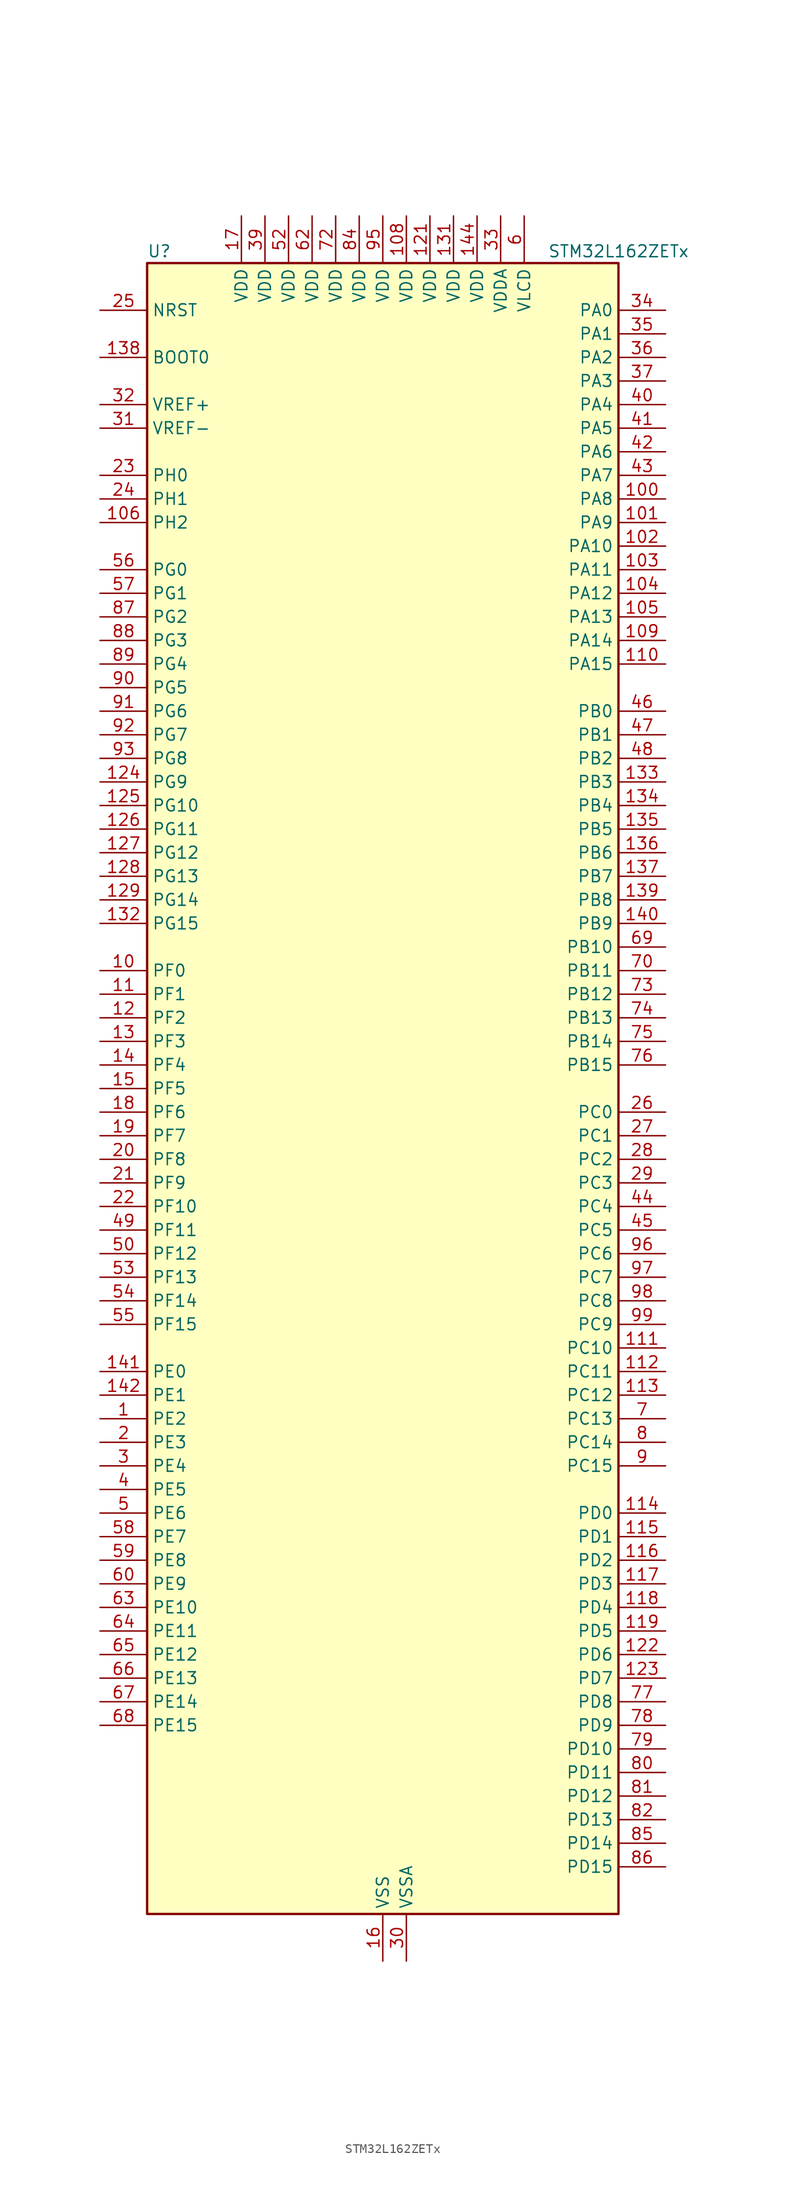
<source format=kicad_sym>
(kicad_symbol_lib
  (version 20241209)
  (generator "kicad_symbol_editor")
  (generator_version "9.0")
  (symbol "STM32L162ZETx"
    (property "Reference" "U"
      (at -25.4 90.17 0)
      (effects (font (size 1.27 1.27)) (justify left)))
    (property "Value" "STM32L162ZETx"
      (at 17.78 90.17 0)
      (effects (font (size 1.27 1.27)) (justify left)))
    (symbol "STM32L162ZETx_0_1"
      (rectangle (start -25.4 -88.9) (end 25.4 88.9) (stroke (width 0.254) (type default)) (fill (type background))))
    (symbol "STM32L162ZETx_1_1"
      (pin input line (at -30.48 83.82 0) (length 5.08) (name "NRST" (effects (font (size 1.27 1.27)))) (number "25" (effects (font (size 1.27 1.27)))))
      (pin input line (at -30.48 78.74 0) (length 5.08) (name "BOOT0" (effects (font (size 1.27 1.27)))) (number "138" (effects (font (size 1.27 1.27)))))
      (pin input line (at -30.48 73.66 0) (length 5.08) (name "VREF+" (effects (font (size 1.27 1.27)))) (number "32" (effects (font (size 1.27 1.27)))))
      (pin input line (at -30.48 71.12 0) (length 5.08) (name "VREF-" (effects (font (size 1.27 1.27)))) (number "31" (effects (font (size 1.27 1.27)))))
      (pin bidirectional line (at -30.48 66.04 0) (length 5.08) (name "PH0" (effects (font (size 1.27 1.27)))) (number "23" (effects (font (size 1.27 1.27)))) (alternate "RCC_OSC_IN" bidirectional line))
      (pin bidirectional line (at -30.48 63.5 0) (length 5.08) (name "PH1" (effects (font (size 1.27 1.27)))) (number "24" (effects (font (size 1.27 1.27)))) (alternate "RCC_OSC_OUT" bidirectional line))
      (pin bidirectional line (at -30.48 60.96 0) (length 5.08) (name "PH2" (effects (font (size 1.27 1.27)))) (number "106" (effects (font (size 1.27 1.27)))))
      (pin bidirectional line (at -30.48 55.88 0) (length 5.08) (name "PG0" (effects (font (size 1.27 1.27)))) (number "56" (effects (font (size 1.27 1.27)))) (alternate "ADC_IN8b" bidirectional line) (alternate "TS_G2_IO4" bidirectional line))
      (pin bidirectional line (at -30.48 53.34 0) (length 5.08) (name "PG1" (effects (font (size 1.27 1.27)))) (number "57" (effects (font (size 1.27 1.27)))) (alternate "ADC_IN9b" bidirectional line) (alternate "TS_G2_IO5" bidirectional line))
      (pin bidirectional line (at -30.48 50.8 0) (length 5.08) (name "PG2" (effects (font (size 1.27 1.27)))) (number "87" (effects (font (size 1.27 1.27)))) (alternate "ADC_IN10b" bidirectional line) (alternate "TS_G7_IO5" bidirectional line))
      (pin bidirectional line (at -30.48 48.26 0) (length 5.08) (name "PG3" (effects (font (size 1.27 1.27)))) (number "88" (effects (font (size 1.27 1.27)))) (alternate "ADC_IN11b" bidirectional line) (alternate "TS_G7_IO6" bidirectional line))
      (pin bidirectional line (at -30.48 45.72 0) (length 5.08) (name "PG4" (effects (font (size 1.27 1.27)))) (number "89" (effects (font (size 1.27 1.27)))) (alternate "ADC_IN12b" bidirectional line) (alternate "TS_G7_IO7" bidirectional line))
      (pin bidirectional line (at -30.48 43.18 0) (length 5.08) (name "PG5" (effects (font (size 1.27 1.27)))) (number "90" (effects (font (size 1.27 1.27)))))
      (pin bidirectional line (at -30.48 40.64 0) (length 5.08) (name "PG6" (effects (font (size 1.27 1.27)))) (number "91" (effects (font (size 1.27 1.27)))))
      (pin bidirectional line (at -30.48 38.1 0) (length 5.08) (name "PG7" (effects (font (size 1.27 1.27)))) (number "92" (effects (font (size 1.27 1.27)))))
      (pin bidirectional line (at -30.48 35.56 0) (length 5.08) (name "PG8" (effects (font (size 1.27 1.27)))) (number "93" (effects (font (size 1.27 1.27)))))
      (pin bidirectional line (at -30.48 33.02 0) (length 5.08) (name "PG9" (effects (font (size 1.27 1.27)))) (number "124" (effects (font (size 1.27 1.27)))) (alternate "DAC_EXTI9" bidirectional line))
      (pin bidirectional line (at -30.48 30.48 0) (length 5.08) (name "PG10" (effects (font (size 1.27 1.27)))) (number "125" (effects (font (size 1.27 1.27)))))
      (pin bidirectional line (at -30.48 27.94 0) (length 5.08) (name "PG11" (effects (font (size 1.27 1.27)))) (number "126" (effects (font (size 1.27 1.27)))) (alternate "ADC_EXTI11" bidirectional line))
      (pin bidirectional line (at -30.48 25.4 0) (length 5.08) (name "PG12" (effects (font (size 1.27 1.27)))) (number "127" (effects (font (size 1.27 1.27)))))
      (pin bidirectional line (at -30.48 22.86 0) (length 5.08) (name "PG13" (effects (font (size 1.27 1.27)))) (number "128" (effects (font (size 1.27 1.27)))))
      (pin bidirectional line (at -30.48 20.32 0) (length 5.08) (name "PG14" (effects (font (size 1.27 1.27)))) (number "129" (effects (font (size 1.27 1.27)))))
      (pin bidirectional line (at -30.48 17.78 0) (length 5.08) (name "PG15" (effects (font (size 1.27 1.27)))) (number "132" (effects (font (size 1.27 1.27)))) (alternate "ADC_EXTI15" bidirectional line))
      (pin bidirectional line (at -30.48 12.7 0) (length 5.08) (name "PF0" (effects (font (size 1.27 1.27)))) (number "10" (effects (font (size 1.27 1.27)))))
      (pin bidirectional line (at -30.48 10.16 0) (length 5.08) (name "PF1" (effects (font (size 1.27 1.27)))) (number "11" (effects (font (size 1.27 1.27)))))
      (pin bidirectional line (at -30.48 7.62 0) (length 5.08) (name "PF2" (effects (font (size 1.27 1.27)))) (number "12" (effects (font (size 1.27 1.27)))))
      (pin bidirectional line (at -30.48 5.08 0) (length 5.08) (name "PF3" (effects (font (size 1.27 1.27)))) (number "13" (effects (font (size 1.27 1.27)))))
      (pin bidirectional line (at -30.48 2.54 0) (length 5.08) (name "PF4" (effects (font (size 1.27 1.27)))) (number "14" (effects (font (size 1.27 1.27)))))
      (pin bidirectional line (at -30.48 0 0) (length 5.08) (name "PF5" (effects (font (size 1.27 1.27)))) (number "15" (effects (font (size 1.27 1.27)))))
      (pin bidirectional line (at -30.48 -2.54 0) (length 5.08) (name "PF6" (effects (font (size 1.27 1.27)))) (number "18" (effects (font (size 1.27 1.27)))) (alternate "ADC_IN27" bidirectional line) (alternate "TIM5_CH1" bidirectional line) (alternate "TIM5_ETR" bidirectional line) (alternate "TS_G11_IO1" bidirectional line))
      (pin bidirectional line (at -30.48 -5.08 0) (length 5.08) (name "PF7" (effects (font (size 1.27 1.27)))) (number "19" (effects (font (size 1.27 1.27)))) (alternate "ADC_IN28" bidirectional line) (alternate "COMP1_INP" bidirectional line) (alternate "TIM5_CH2" bidirectional line) (alternate "TS_G11_IO2" bidirectional line))
      (pin bidirectional line (at -30.48 -7.62 0) (length 5.08) (name "PF8" (effects (font (size 1.27 1.27)))) (number "20" (effects (font (size 1.27 1.27)))) (alternate "ADC_IN29" bidirectional line) (alternate "COMP1_INP" bidirectional line) (alternate "TIM5_CH3" bidirectional line) (alternate "TS_G11_IO3" bidirectional line))
      (pin bidirectional line (at -30.48 -10.16 0) (length 5.08) (name "PF9" (effects (font (size 1.27 1.27)))) (number "21" (effects (font (size 1.27 1.27)))) (alternate "ADC_IN30" bidirectional line) (alternate "COMP1_INP" bidirectional line) (alternate "DAC_EXTI9" bidirectional line) (alternate "TIM5_CH4" bidirectional line) (alternate "TS_G11_IO4" bidirectional line))
      (pin bidirectional line (at -30.48 -12.7 0) (length 5.08) (name "PF10" (effects (font (size 1.27 1.27)))) (number "22" (effects (font (size 1.27 1.27)))) (alternate "ADC_IN31" bidirectional line) (alternate "COMP1_INP" bidirectional line) (alternate "TS_G11_IO5" bidirectional line))
      (pin bidirectional line (at -30.48 -15.24 0) (length 5.08) (name "PF11" (effects (font (size 1.27 1.27)))) (number "49" (effects (font (size 1.27 1.27)))) (alternate "ADC_EXTI11" bidirectional line) (alternate "ADC_IN1b" bidirectional line) (alternate "TS_G3_IO4" bidirectional line))
      (pin bidirectional line (at -30.48 -17.78 0) (length 5.08) (name "PF12" (effects (font (size 1.27 1.27)))) (number "50" (effects (font (size 1.27 1.27)))) (alternate "ADC_IN2b" bidirectional line) (alternate "TS_G3_IO5" bidirectional line))
      (pin bidirectional line (at -30.48 -20.32 0) (length 5.08) (name "PF13" (effects (font (size 1.27 1.27)))) (number "53" (effects (font (size 1.27 1.27)))) (alternate "ADC_IN3b" bidirectional line) (alternate "TS_G9_IO3" bidirectional line))
      (pin bidirectional line (at -30.48 -22.86 0) (length 5.08) (name "PF14" (effects (font (size 1.27 1.27)))) (number "54" (effects (font (size 1.27 1.27)))) (alternate "ADC_IN6b" bidirectional line) (alternate "TS_G9_IO4" bidirectional line))
      (pin bidirectional line (at -30.48 -25.4 0) (length 5.08) (name "PF15" (effects (font (size 1.27 1.27)))) (number "55" (effects (font (size 1.27 1.27)))) (alternate "ADC_EXTI15" bidirectional line) (alternate "ADC_IN7b" bidirectional line) (alternate "TS_G2_IO3" bidirectional line))
      (pin bidirectional line (at -30.48 -30.48 0) (length 5.08) (name "PE0" (effects (font (size 1.27 1.27)))) (number "141" (effects (font (size 1.27 1.27)))) (alternate "LCD_SEG36" bidirectional line) (alternate "TIM10_CH1" bidirectional line) (alternate "TIM4_ETR" bidirectional line) (alternate "TIMX_IC1" bidirectional line))
      (pin bidirectional line (at -30.48 -33.02 0) (length 5.08) (name "PE1" (effects (font (size 1.27 1.27)))) (number "142" (effects (font (size 1.27 1.27)))) (alternate "LCD_SEG37" bidirectional line) (alternate "TIM11_CH1" bidirectional line) (alternate "TIMX_IC2" bidirectional line))
      (pin bidirectional line (at -30.48 -35.56 0) (length 5.08) (name "PE2" (effects (font (size 1.27 1.27)))) (number "1" (effects (font (size 1.27 1.27)))) (alternate "LCD_SEG38" bidirectional line) (alternate "SYS_TRACECK" bidirectional line) (alternate "TIM3_ETR" bidirectional line) (alternate "TIMX_IC3" bidirectional line))
      (pin bidirectional line (at -30.48 -38.1 0) (length 5.08) (name "PE3" (effects (font (size 1.27 1.27)))) (number "2" (effects (font (size 1.27 1.27)))) (alternate "LCD_SEG39" bidirectional line) (alternate "SYS_TRACED0" bidirectional line) (alternate "TIM3_CH1" bidirectional line) (alternate "TIMX_IC4" bidirectional line))
      (pin bidirectional line (at -30.48 -40.64 0) (length 5.08) (name "PE4" (effects (font (size 1.27 1.27)))) (number "3" (effects (font (size 1.27 1.27)))) (alternate "SYS_TRACED1" bidirectional line) (alternate "TIM3_CH2" bidirectional line) (alternate "TIMX_IC1" bidirectional line))
      (pin bidirectional line (at -30.48 -43.18 0) (length 5.08) (name "PE5" (effects (font (size 1.27 1.27)))) (number "4" (effects (font (size 1.27 1.27)))) (alternate "SYS_TRACED2" bidirectional line) (alternate "TIM9_CH1" bidirectional line) (alternate "TIMX_IC2" bidirectional line))
      (pin bidirectional line (at -30.48 -45.72 0) (length 5.08) (name "PE6" (effects (font (size 1.27 1.27)))) (number "5" (effects (font (size 1.27 1.27)))) (alternate "RTC_TAMP3" bidirectional line) (alternate "SYS_TRACED3" bidirectional line) (alternate "SYS_WKUP3" bidirectional line) (alternate "TIM9_CH2" bidirectional line) (alternate "TIMX_IC3" bidirectional line))
      (pin bidirectional line (at -30.48 -48.26 0) (length 5.08) (name "PE7" (effects (font (size 1.27 1.27)))) (number "58" (effects (font (size 1.27 1.27)))) (alternate "ADC_IN22" bidirectional line) (alternate "COMP1_INP" bidirectional line) (alternate "TIMX_IC4" bidirectional line))
      (pin bidirectional line (at -30.48 -50.8 0) (length 5.08) (name "PE8" (effects (font (size 1.27 1.27)))) (number "59" (effects (font (size 1.27 1.27)))) (alternate "ADC_IN23" bidirectional line) (alternate "COMP1_INP" bidirectional line) (alternate "TIMX_IC1" bidirectional line))
      (pin bidirectional line (at -30.48 -53.34 0) (length 5.08) (name "PE9" (effects (font (size 1.27 1.27)))) (number "60" (effects (font (size 1.27 1.27)))) (alternate "ADC_IN24" bidirectional line) (alternate "COMP1_INP" bidirectional line) (alternate "DAC_EXTI9" bidirectional line) (alternate "TIM2_CH1" bidirectional line) (alternate "TIM2_ETR" bidirectional line) (alternate "TIMX_IC2" bidirectional line))
      (pin bidirectional line (at -30.48 -55.88 0) (length 5.08) (name "PE10" (effects (font (size 1.27 1.27)))) (number "63" (effects (font (size 1.27 1.27)))) (alternate "ADC_IN25" bidirectional line) (alternate "COMP1_INP" bidirectional line) (alternate "TIM2_CH2" bidirectional line) (alternate "TIMX_IC3" bidirectional line))
      (pin bidirectional line (at -30.48 -58.42 0) (length 5.08) (name "PE11" (effects (font (size 1.27 1.27)))) (number "64" (effects (font (size 1.27 1.27)))) (alternate "ADC_EXTI11" bidirectional line) (alternate "TIM2_CH3" bidirectional line) (alternate "TIMX_IC4" bidirectional line))
      (pin bidirectional line (at -30.48 -60.96 0) (length 5.08) (name "PE12" (effects (font (size 1.27 1.27)))) (number "65" (effects (font (size 1.27 1.27)))) (alternate "SPI1_NSS" bidirectional line) (alternate "TIM2_CH4" bidirectional line) (alternate "TIMX_IC1" bidirectional line))
      (pin bidirectional line (at -30.48 -63.5 0) (length 5.08) (name "PE13" (effects (font (size 1.27 1.27)))) (number "66" (effects (font (size 1.27 1.27)))) (alternate "SPI1_SCK" bidirectional line) (alternate "TIMX_IC2" bidirectional line))
      (pin bidirectional line (at -30.48 -66.04 0) (length 5.08) (name "PE14" (effects (font (size 1.27 1.27)))) (number "67" (effects (font (size 1.27 1.27)))) (alternate "SPI1_MISO" bidirectional line) (alternate "TIMX_IC3" bidirectional line))
      (pin bidirectional line (at -30.48 -68.58 0) (length 5.08) (name "PE15" (effects (font (size 1.27 1.27)))) (number "68" (effects (font (size 1.27 1.27)))) (alternate "ADC_EXTI15" bidirectional line) (alternate "SPI1_MOSI" bidirectional line) (alternate "TIMX_IC4" bidirectional line))
      (pin power_in line (at -15.24 93.98 270) (length 5.08) (name "VDD" (effects (font (size 1.27 1.27)))) (number "17" (effects (font (size 1.27 1.27)))))
      (pin power_in line (at -12.7 93.98 270) (length 5.08) (name "VDD" (effects (font (size 1.27 1.27)))) (number "39" (effects (font (size 1.27 1.27)))))
      (pin power_in line (at -10.16 93.98 270) (length 5.08) (name "VDD" (effects (font (size 1.27 1.27)))) (number "52" (effects (font (size 1.27 1.27)))))
      (pin power_in line (at -7.62 93.98 270) (length 5.08) (name "VDD" (effects (font (size 1.27 1.27)))) (number "62" (effects (font (size 1.27 1.27)))))
      (pin power_in line (at -5.08 93.98 270) (length 5.08) (name "VDD" (effects (font (size 1.27 1.27)))) (number "72" (effects (font (size 1.27 1.27)))))
      (pin power_in line (at -2.54 93.98 270) (length 5.08) (name "VDD" (effects (font (size 1.27 1.27)))) (number "84" (effects (font (size 1.27 1.27)))))
      (pin power_in line (at 0 93.98 270) (length 5.08) (name "VDD" (effects (font (size 1.27 1.27)))) (number "95" (effects (font (size 1.27 1.27)))))
      (pin passive line (at 0 -93.98 90) (length 5.08) (hide yes) (name "VSS" (effects (font (size 1.27 1.27)))) (number "107" (effects (font (size 1.27 1.27)))))
      (pin passive line (at 0 -93.98 90) (length 5.08) (hide yes) (name "VSS" (effects (font (size 1.27 1.27)))) (number "120" (effects (font (size 1.27 1.27)))))
      (pin passive line (at 0 -93.98 90) (length 5.08) (hide yes) (name "VSS" (effects (font (size 1.27 1.27)))) (number "130" (effects (font (size 1.27 1.27)))))
      (pin passive line (at 0 -93.98 90) (length 5.08) (hide yes) (name "VSS" (effects (font (size 1.27 1.27)))) (number "143" (effects (font (size 1.27 1.27)))))
      (pin power_in line (at 0 -93.98 90) (length 5.08) (name "VSS" (effects (font (size 1.27 1.27)))) (number "16" (effects (font (size 1.27 1.27)))))
      (pin passive line (at 0 -93.98 90) (length 5.08) (hide yes) (name "VSS" (effects (font (size 1.27 1.27)))) (number "38" (effects (font (size 1.27 1.27)))))
      (pin passive line (at 0 -93.98 90) (length 5.08) (hide yes) (name "VSS" (effects (font (size 1.27 1.27)))) (number "51" (effects (font (size 1.27 1.27)))))
      (pin passive line (at 0 -93.98 90) (length 5.08) (hide yes) (name "VSS" (effects (font (size 1.27 1.27)))) (number "61" (effects (font (size 1.27 1.27)))))
      (pin passive line (at 0 -93.98 90) (length 5.08) (hide yes) (name "VSS" (effects (font (size 1.27 1.27)))) (number "71" (effects (font (size 1.27 1.27)))))
      (pin passive line (at 0 -93.98 90) (length 5.08) (hide yes) (name "VSS" (effects (font (size 1.27 1.27)))) (number "83" (effects (font (size 1.27 1.27)))))
      (pin passive line (at 0 -93.98 90) (length 5.08) (hide yes) (name "VSS" (effects (font (size 1.27 1.27)))) (number "94" (effects (font (size 1.27 1.27)))))
      (pin power_in line (at 2.54 93.98 270) (length 5.08) (name "VDD" (effects (font (size 1.27 1.27)))) (number "108" (effects (font (size 1.27 1.27)))))
      (pin power_in line (at 2.54 -93.98 90) (length 5.08) (name "VSSA" (effects (font (size 1.27 1.27)))) (number "30" (effects (font (size 1.27 1.27)))))
      (pin power_in line (at 5.08 93.98 270) (length 5.08) (name "VDD" (effects (font (size 1.27 1.27)))) (number "121" (effects (font (size 1.27 1.27)))))
      (pin power_in line (at 7.62 93.98 270) (length 5.08) (name "VDD" (effects (font (size 1.27 1.27)))) (number "131" (effects (font (size 1.27 1.27)))))
      (pin power_in line (at 10.16 93.98 270) (length 5.08) (name "VDD" (effects (font (size 1.27 1.27)))) (number "144" (effects (font (size 1.27 1.27)))))
      (pin power_in line (at 12.7 93.98 270) (length 5.08) (name "VDDA" (effects (font (size 1.27 1.27)))) (number "33" (effects (font (size 1.27 1.27)))))
      (pin power_in line (at 15.24 93.98 270) (length 5.08) (name "VLCD" (effects (font (size 1.27 1.27)))) (number "6" (effects (font (size 1.27 1.27)))))
      (pin bidirectional line (at 30.48 83.82 180) (length 5.08) (name "PA0" (effects (font (size 1.27 1.27)))) (number "34" (effects (font (size 1.27 1.27)))) (alternate "ADC_IN0" bidirectional line) (alternate "COMP1_INP" bidirectional line) (alternate "RTC_TAMP2" bidirectional line) (alternate "SYS_WKUP1" bidirectional line) (alternate "TIM2_CH1" bidirectional line) (alternate "TIM2_ETR" bidirectional line) (alternate "TIM5_CH1" bidirectional line) (alternate "TIMX_IC1" bidirectional line) (alternate "TS_G1_IO1" bidirectional line) (alternate "USART2_CTS" bidirectional line))
      (pin bidirectional line (at 30.48 81.28 180) (length 5.08) (name "PA1" (effects (font (size 1.27 1.27)))) (number "35" (effects (font (size 1.27 1.27)))) (alternate "ADC_IN1" bidirectional line) (alternate "COMP1_INP" bidirectional line) (alternate "LCD_SEG0" bidirectional line) (alternate "OPAMP1_VINP" bidirectional line) (alternate "TIM2_CH2" bidirectional line) (alternate "TIM5_CH2" bidirectional line) (alternate "TIMX_IC2" bidirectional line) (alternate "TS_G1_IO2" bidirectional line) (alternate "USART2_RTS" bidirectional line))
      (pin bidirectional line (at 30.48 78.74 180) (length 5.08) (name "PA2" (effects (font (size 1.27 1.27)))) (number "36" (effects (font (size 1.27 1.27)))) (alternate "ADC_IN2" bidirectional line) (alternate "COMP1_INP" bidirectional line) (alternate "LCD_SEG1" bidirectional line) (alternate "OPAMP1_VINM" bidirectional line) (alternate "TIM2_CH3" bidirectional line) (alternate "TIM5_CH3" bidirectional line) (alternate "TIM9_CH1" bidirectional line) (alternate "TIMX_IC3" bidirectional line) (alternate "TS_G1_IO3" bidirectional line) (alternate "USART2_TX" bidirectional line))
      (pin bidirectional line (at 30.48 76.2 180) (length 5.08) (name "PA3" (effects (font (size 1.27 1.27)))) (number "37" (effects (font (size 1.27 1.27)))) (alternate "ADC_IN3" bidirectional line) (alternate "COMP1_INP" bidirectional line) (alternate "LCD_SEG2" bidirectional line) (alternate "OPAMP1_VOUT" bidirectional line) (alternate "TIM2_CH4" bidirectional line) (alternate "TIM5_CH4" bidirectional line) (alternate "TIM9_CH2" bidirectional line) (alternate "TIMX_IC4" bidirectional line) (alternate "TS_G1_IO4" bidirectional line) (alternate "USART2_RX" bidirectional line))
      (pin bidirectional line (at 30.48 73.66 180) (length 5.08) (name "PA4" (effects (font (size 1.27 1.27)))) (number "40" (effects (font (size 1.27 1.27)))) (alternate "ADC_IN4" bidirectional line) (alternate "COMP1_INP" bidirectional line) (alternate "DAC_OUT1" bidirectional line) (alternate "I2S3_WS" bidirectional line) (alternate "SPI1_NSS" bidirectional line) (alternate "SPI3_NSS" bidirectional line) (alternate "TIMX_IC1" bidirectional line) (alternate "USART2_CK" bidirectional line))
      (pin bidirectional line (at 30.48 71.12 180) (length 5.08) (name "PA5" (effects (font (size 1.27 1.27)))) (number "41" (effects (font (size 1.27 1.27)))) (alternate "ADC_IN5" bidirectional line) (alternate "COMP1_INP" bidirectional line) (alternate "DAC_OUT2" bidirectional line) (alternate "SPI1_SCK" bidirectional line) (alternate "TIM2_CH1" bidirectional line) (alternate "TIM2_ETR" bidirectional line) (alternate "TIMX_IC2" bidirectional line))
      (pin bidirectional line (at 30.48 68.58 180) (length 5.08) (name "PA6" (effects (font (size 1.27 1.27)))) (number "42" (effects (font (size 1.27 1.27)))) (alternate "ADC_IN6" bidirectional line) (alternate "COMP1_INP" bidirectional line) (alternate "LCD_SEG3" bidirectional line) (alternate "OPAMP2_VINP" bidirectional line) (alternate "SPI1_MISO" bidirectional line) (alternate "TIM10_CH1" bidirectional line) (alternate "TIM3_CH1" bidirectional line) (alternate "TIMX_IC3" bidirectional line) (alternate "TS_G2_IO1" bidirectional line))
      (pin bidirectional line (at 30.48 66.04 180) (length 5.08) (name "PA7" (effects (font (size 1.27 1.27)))) (number "43" (effects (font (size 1.27 1.27)))) (alternate "ADC_IN7" bidirectional line) (alternate "COMP1_INP" bidirectional line) (alternate "LCD_SEG4" bidirectional line) (alternate "OPAMP2_VINM" bidirectional line) (alternate "SPI1_MOSI" bidirectional line) (alternate "TIM11_CH1" bidirectional line) (alternate "TIM3_CH2" bidirectional line) (alternate "TIMX_IC4" bidirectional line) (alternate "TS_G2_IO2" bidirectional line))
      (pin bidirectional line (at 30.48 63.5 180) (length 5.08) (name "PA8" (effects (font (size 1.27 1.27)))) (number "100" (effects (font (size 1.27 1.27)))) (alternate "LCD_COM0" bidirectional line) (alternate "RCC_MCO" bidirectional line) (alternate "TIMX_IC1" bidirectional line) (alternate "TS_G4_IO1" bidirectional line) (alternate "USART1_CK" bidirectional line))
      (pin bidirectional line (at 30.48 60.96 180) (length 5.08) (name "PA9" (effects (font (size 1.27 1.27)))) (number "101" (effects (font (size 1.27 1.27)))) (alternate "DAC_EXTI9" bidirectional line) (alternate "LCD_COM1" bidirectional line) (alternate "TIMX_IC2" bidirectional line) (alternate "TS_G4_IO2" bidirectional line) (alternate "USART1_TX" bidirectional line))
      (pin bidirectional line (at 30.48 58.42 180) (length 5.08) (name "PA10" (effects (font (size 1.27 1.27)))) (number "102" (effects (font (size 1.27 1.27)))) (alternate "LCD_COM2" bidirectional line) (alternate "TIMX_IC3" bidirectional line) (alternate "TS_G4_IO3" bidirectional line) (alternate "USART1_RX" bidirectional line))
      (pin bidirectional line (at 30.48 55.88 180) (length 5.08) (name "PA11" (effects (font (size 1.27 1.27)))) (number "103" (effects (font (size 1.27 1.27)))) (alternate "ADC_EXTI11" bidirectional line) (alternate "SPI1_MISO" bidirectional line) (alternate "TIMX_IC4" bidirectional line) (alternate "USART1_CTS" bidirectional line) (alternate "USB_DM" bidirectional line))
      (pin bidirectional line (at 30.48 53.34 180) (length 5.08) (name "PA12" (effects (font (size 1.27 1.27)))) (number "104" (effects (font (size 1.27 1.27)))) (alternate "SPI1_MOSI" bidirectional line) (alternate "TIMX_IC1" bidirectional line) (alternate "USART1_RTS" bidirectional line) (alternate "USB_DP" bidirectional line))
      (pin bidirectional line (at 30.48 50.8 180) (length 5.08) (name "PA13" (effects (font (size 1.27 1.27)))) (number "105" (effects (font (size 1.27 1.27)))) (alternate "SYS_JTMS-SWDIO" bidirectional line) (alternate "TIMX_IC2" bidirectional line) (alternate "TS_G5_IO1" bidirectional line))
      (pin bidirectional line (at 30.48 48.26 180) (length 5.08) (name "PA14" (effects (font (size 1.27 1.27)))) (number "109" (effects (font (size 1.27 1.27)))) (alternate "SYS_JTCK-SWCLK" bidirectional line) (alternate "TIMX_IC3" bidirectional line) (alternate "TS_G5_IO2" bidirectional line))
      (pin bidirectional line (at 30.48 45.72 180) (length 5.08) (name "PA15" (effects (font (size 1.27 1.27)))) (number "110" (effects (font (size 1.27 1.27)))) (alternate "ADC_EXTI15" bidirectional line) (alternate "I2S3_WS" bidirectional line) (alternate "LCD_SEG17" bidirectional line) (alternate "SPI1_NSS" bidirectional line) (alternate "SPI3_NSS" bidirectional line) (alternate "SYS_JTDI" bidirectional line) (alternate "TIM2_CH1" bidirectional line) (alternate "TIM2_ETR" bidirectional line) (alternate "TIMX_IC4" bidirectional line) (alternate "TS_G5_IO3" bidirectional line))
      (pin bidirectional line (at 30.48 40.64 180) (length 5.08) (name "PB0" (effects (font (size 1.27 1.27)))) (number "46" (effects (font (size 1.27 1.27)))) (alternate "ADC_IN8" bidirectional line) (alternate "COMP1_INP" bidirectional line) (alternate "LCD_SEG5" bidirectional line) (alternate "OPAMP2_VOUT" bidirectional line) (alternate "SYS_V_REF_OUT" bidirectional line) (alternate "TIM3_CH3" bidirectional line) (alternate "TS_G3_IO1" bidirectional line))
      (pin bidirectional line (at 30.48 38.1 180) (length 5.08) (name "PB1" (effects (font (size 1.27 1.27)))) (number "47" (effects (font (size 1.27 1.27)))) (alternate "ADC_IN9" bidirectional line) (alternate "COMP1_INP" bidirectional line) (alternate "LCD_SEG6" bidirectional line) (alternate "SYS_V_REF_OUT" bidirectional line) (alternate "TIM3_CH4" bidirectional line) (alternate "TS_G3_IO2" bidirectional line))
      (pin bidirectional line (at 30.48 35.56 180) (length 5.08) (name "PB2" (effects (font (size 1.27 1.27)))) (number "48" (effects (font (size 1.27 1.27)))) (alternate "ADC_IN0b" bidirectional line) (alternate "TS_G3_IO3" bidirectional line))
      (pin bidirectional line (at 30.48 33.02 180) (length 5.08) (name "PB3" (effects (font (size 1.27 1.27)))) (number "133" (effects (font (size 1.27 1.27)))) (alternate "COMP2_INM" bidirectional line) (alternate "I2S3_CK" bidirectional line) (alternate "LCD_SEG7" bidirectional line) (alternate "SPI1_SCK" bidirectional line) (alternate "SPI3_SCK" bidirectional line) (alternate "SYS_JTDO-TRACESWO" bidirectional line) (alternate "TIM2_CH2" bidirectional line))
      (pin bidirectional line (at 30.48 30.48 180) (length 5.08) (name "PB4" (effects (font (size 1.27 1.27)))) (number "134" (effects (font (size 1.27 1.27)))) (alternate "COMP2_INP" bidirectional line) (alternate "LCD_SEG8" bidirectional line) (alternate "SPI1_MISO" bidirectional line) (alternate "SPI3_MISO" bidirectional line) (alternate "SYS_JTRST" bidirectional line) (alternate "TIM3_CH1" bidirectional line) (alternate "TS_G6_IO1" bidirectional line))
      (pin bidirectional line (at 30.48 27.94 180) (length 5.08) (name "PB5" (effects (font (size 1.27 1.27)))) (number "135" (effects (font (size 1.27 1.27)))) (alternate "COMP2_INP" bidirectional line) (alternate "I2C1_SMBA" bidirectional line) (alternate "I2S3_SD" bidirectional line) (alternate "LCD_SEG9" bidirectional line) (alternate "SPI1_MOSI" bidirectional line) (alternate "SPI3_MOSI" bidirectional line) (alternate "TIM3_CH2" bidirectional line) (alternate "TS_G6_IO2" bidirectional line))
      (pin bidirectional line (at 30.48 25.4 180) (length 5.08) (name "PB6" (effects (font (size 1.27 1.27)))) (number "136" (effects (font (size 1.27 1.27)))) (alternate "COMP2_INP" bidirectional line) (alternate "I2C1_SCL" bidirectional line) (alternate "TIM4_CH1" bidirectional line) (alternate "TS_G6_IO3" bidirectional line) (alternate "USART1_TX" bidirectional line))
      (pin bidirectional line (at 30.48 22.86 180) (length 5.08) (name "PB7" (effects (font (size 1.27 1.27)))) (number "137" (effects (font (size 1.27 1.27)))) (alternate "COMP2_INP" bidirectional line) (alternate "I2C1_SDA" bidirectional line) (alternate "SYS_PVD_IN" bidirectional line) (alternate "TIM4_CH2" bidirectional line) (alternate "TS_G6_IO4" bidirectional line) (alternate "USART1_RX" bidirectional line))
      (pin bidirectional line (at 30.48 20.32 180) (length 5.08) (name "PB8" (effects (font (size 1.27 1.27)))) (number "139" (effects (font (size 1.27 1.27)))) (alternate "I2C1_SCL" bidirectional line) (alternate "LCD_SEG16" bidirectional line) (alternate "TIM10_CH1" bidirectional line) (alternate "TIM4_CH3" bidirectional line))
      (pin bidirectional line (at 30.48 17.78 180) (length 5.08) (name "PB9" (effects (font (size 1.27 1.27)))) (number "140" (effects (font (size 1.27 1.27)))) (alternate "DAC_EXTI9" bidirectional line) (alternate "I2C1_SDA" bidirectional line) (alternate "LCD_COM3" bidirectional line) (alternate "TIM11_CH1" bidirectional line) (alternate "TIM4_CH4" bidirectional line))
      (pin bidirectional line (at 30.48 15.24 180) (length 5.08) (name "PB10" (effects (font (size 1.27 1.27)))) (number "69" (effects (font (size 1.27 1.27)))) (alternate "I2C2_SCL" bidirectional line) (alternate "LCD_SEG10" bidirectional line) (alternate "TIM2_CH3" bidirectional line) (alternate "USART3_TX" bidirectional line))
      (pin bidirectional line (at 30.48 12.7 180) (length 5.08) (name "PB11" (effects (font (size 1.27 1.27)))) (number "70" (effects (font (size 1.27 1.27)))) (alternate "ADC_EXTI11" bidirectional line) (alternate "I2C2_SDA" bidirectional line) (alternate "LCD_SEG11" bidirectional line) (alternate "TIM2_CH4" bidirectional line) (alternate "USART3_RX" bidirectional line))
      (pin bidirectional line (at 30.48 10.16 180) (length 5.08) (name "PB12" (effects (font (size 1.27 1.27)))) (number "73" (effects (font (size 1.27 1.27)))) (alternate "ADC_IN18" bidirectional line) (alternate "COMP1_INP" bidirectional line) (alternate "I2C2_SMBA" bidirectional line) (alternate "I2S2_WS" bidirectional line) (alternate "LCD_SEG12" bidirectional line) (alternate "SPI2_NSS" bidirectional line) (alternate "TIM10_CH1" bidirectional line) (alternate "TS_G7_IO1" bidirectional line) (alternate "USART3_CK" bidirectional line))
      (pin bidirectional line (at 30.48 7.62 180) (length 5.08) (name "PB13" (effects (font (size 1.27 1.27)))) (number "74" (effects (font (size 1.27 1.27)))) (alternate "ADC_IN19" bidirectional line) (alternate "COMP1_INP" bidirectional line) (alternate "I2S2_CK" bidirectional line) (alternate "LCD_SEG13" bidirectional line) (alternate "SPI2_SCK" bidirectional line) (alternate "TIM9_CH1" bidirectional line) (alternate "TS_G7_IO2" bidirectional line) (alternate "USART3_CTS" bidirectional line))
      (pin bidirectional line (at 30.48 5.08 180) (length 5.08) (name "PB14" (effects (font (size 1.27 1.27)))) (number "75" (effects (font (size 1.27 1.27)))) (alternate "ADC_IN20" bidirectional line) (alternate "COMP1_INP" bidirectional line) (alternate "LCD_SEG14" bidirectional line) (alternate "SPI2_MISO" bidirectional line) (alternate "TIM9_CH2" bidirectional line) (alternate "TS_G7_IO3" bidirectional line) (alternate "USART3_RTS" bidirectional line))
      (pin bidirectional line (at 30.48 2.54 180) (length 5.08) (name "PB15" (effects (font (size 1.27 1.27)))) (number "76" (effects (font (size 1.27 1.27)))) (alternate "ADC_EXTI15" bidirectional line) (alternate "ADC_IN21" bidirectional line) (alternate "COMP1_INP" bidirectional line) (alternate "I2S2_SD" bidirectional line) (alternate "LCD_SEG15" bidirectional line) (alternate "RTC_REFIN" bidirectional line) (alternate "SPI2_MOSI" bidirectional line) (alternate "TIM11_CH1" bidirectional line) (alternate "TS_G7_IO4" bidirectional line))
      (pin bidirectional line (at 30.48 -2.54 180) (length 5.08) (name "PC0" (effects (font (size 1.27 1.27)))) (number "26" (effects (font (size 1.27 1.27)))) (alternate "ADC_IN10" bidirectional line) (alternate "COMP1_INP" bidirectional line) (alternate "LCD_SEG18" bidirectional line) (alternate "TIMX_IC1" bidirectional line) (alternate "TS_G8_IO1" bidirectional line))
      (pin bidirectional line (at 30.48 -5.08 180) (length 5.08) (name "PC1" (effects (font (size 1.27 1.27)))) (number "27" (effects (font (size 1.27 1.27)))) (alternate "ADC_IN11" bidirectional line) (alternate "COMP1_INP" bidirectional line) (alternate "LCD_SEG19" bidirectional line) (alternate "TIMX_IC2" bidirectional line) (alternate "TS_G8_IO2" bidirectional line))
      (pin bidirectional line (at 30.48 -7.62 180) (length 5.08) (name "PC2" (effects (font (size 1.27 1.27)))) (number "28" (effects (font (size 1.27 1.27)))) (alternate "ADC_IN12" bidirectional line) (alternate "COMP1_INP" bidirectional line) (alternate "LCD_SEG20" bidirectional line) (alternate "TIMX_IC3" bidirectional line) (alternate "TS_G8_IO3" bidirectional line))
      (pin bidirectional line (at 30.48 -10.16 180) (length 5.08) (name "PC3" (effects (font (size 1.27 1.27)))) (number "29" (effects (font (size 1.27 1.27)))) (alternate "ADC_IN13" bidirectional line) (alternate "COMP1_INP" bidirectional line) (alternate "LCD_SEG21" bidirectional line) (alternate "TIMX_IC4" bidirectional line) (alternate "TS_G8_IO4" bidirectional line))
      (pin bidirectional line (at 30.48 -12.7 180) (length 5.08) (name "PC4" (effects (font (size 1.27 1.27)))) (number "44" (effects (font (size 1.27 1.27)))) (alternate "ADC_IN14" bidirectional line) (alternate "COMP1_INP" bidirectional line) (alternate "LCD_SEG22" bidirectional line) (alternate "TIMX_IC1" bidirectional line) (alternate "TS_G9_IO1" bidirectional line))
      (pin bidirectional line (at 30.48 -15.24 180) (length 5.08) (name "PC5" (effects (font (size 1.27 1.27)))) (number "45" (effects (font (size 1.27 1.27)))) (alternate "ADC_IN15" bidirectional line) (alternate "COMP1_INP" bidirectional line) (alternate "LCD_SEG23" bidirectional line) (alternate "TIMX_IC2" bidirectional line) (alternate "TS_G9_IO2" bidirectional line))
      (pin bidirectional line (at 30.48 -17.78 180) (length 5.08) (name "PC6" (effects (font (size 1.27 1.27)))) (number "96" (effects (font (size 1.27 1.27)))) (alternate "I2S2_MCK" bidirectional line) (alternate "LCD_SEG24" bidirectional line) (alternate "TIM3_CH1" bidirectional line) (alternate "TIMX_IC3" bidirectional line) (alternate "TS_G10_IO1" bidirectional line))
      (pin bidirectional line (at 30.48 -20.32 180) (length 5.08) (name "PC7" (effects (font (size 1.27 1.27)))) (number "97" (effects (font (size 1.27 1.27)))) (alternate "I2S3_MCK" bidirectional line) (alternate "LCD_SEG25" bidirectional line) (alternate "TIM3_CH2" bidirectional line) (alternate "TIMX_IC4" bidirectional line) (alternate "TS_G10_IO2" bidirectional line))
      (pin bidirectional line (at 30.48 -22.86 180) (length 5.08) (name "PC8" (effects (font (size 1.27 1.27)))) (number "98" (effects (font (size 1.27 1.27)))) (alternate "LCD_SEG26" bidirectional line) (alternate "TIM3_CH3" bidirectional line) (alternate "TIMX_IC1" bidirectional line) (alternate "TS_G10_IO3" bidirectional line))
      (pin bidirectional line (at 30.48 -25.4 180) (length 5.08) (name "PC9" (effects (font (size 1.27 1.27)))) (number "99" (effects (font (size 1.27 1.27)))) (alternate "DAC_EXTI9" bidirectional line) (alternate "LCD_SEG27" bidirectional line) (alternate "TIM3_CH4" bidirectional line) (alternate "TIMX_IC2" bidirectional line) (alternate "TS_G10_IO4" bidirectional line))
      (pin bidirectional line (at 30.48 -27.94 180) (length 5.08) (name "PC10" (effects (font (size 1.27 1.27)))) (number "111" (effects (font (size 1.27 1.27)))) (alternate "I2S3_CK" bidirectional line) (alternate "LCD_COM4" bidirectional line) (alternate "LCD_SEG28" bidirectional line) (alternate "LCD_SEG40" bidirectional line) (alternate "SPI3_SCK" bidirectional line) (alternate "TIMX_IC3" bidirectional line) (alternate "UART4_TX" bidirectional line) (alternate "USART3_TX" bidirectional line))
      (pin bidirectional line (at 30.48 -30.48 180) (length 5.08) (name "PC11" (effects (font (size 1.27 1.27)))) (number "112" (effects (font (size 1.27 1.27)))) (alternate "ADC_EXTI11" bidirectional line) (alternate "LCD_COM5" bidirectional line) (alternate "LCD_SEG29" bidirectional line) (alternate "LCD_SEG41" bidirectional line) (alternate "SPI3_MISO" bidirectional line) (alternate "TIMX_IC4" bidirectional line) (alternate "UART4_RX" bidirectional line) (alternate "USART3_RX" bidirectional line))
      (pin bidirectional line (at 30.48 -33.02 180) (length 5.08) (name "PC12" (effects (font (size 1.27 1.27)))) (number "113" (effects (font (size 1.27 1.27)))) (alternate "I2S3_SD" bidirectional line) (alternate "LCD_COM6" bidirectional line) (alternate "LCD_SEG30" bidirectional line) (alternate "LCD_SEG42" bidirectional line) (alternate "SPI3_MOSI" bidirectional line) (alternate "TIMX_IC1" bidirectional line) (alternate "UART5_TX" bidirectional line) (alternate "USART3_CK" bidirectional line))
      (pin bidirectional line (at 30.48 -35.56 180) (length 5.08) (name "PC13" (effects (font (size 1.27 1.27)))) (number "7" (effects (font (size 1.27 1.27)))) (alternate "RTC_OUT_ALARM" bidirectional line) (alternate "RTC_OUT_CALIB" bidirectional line) (alternate "RTC_TAMP1" bidirectional line) (alternate "RTC_TS" bidirectional line) (alternate "SYS_WKUP2" bidirectional line) (alternate "TIMX_IC2" bidirectional line))
      (pin bidirectional line (at 30.48 -38.1 180) (length 5.08) (name "PC14" (effects (font (size 1.27 1.27)))) (number "8" (effects (font (size 1.27 1.27)))) (alternate "RCC_OSC32_IN" bidirectional line) (alternate "TIMX_IC3" bidirectional line))
      (pin bidirectional line (at 30.48 -40.64 180) (length 5.08) (name "PC15" (effects (font (size 1.27 1.27)))) (number "9" (effects (font (size 1.27 1.27)))) (alternate "ADC_EXTI15" bidirectional line) (alternate "RCC_OSC32_OUT" bidirectional line) (alternate "TIMX_IC4" bidirectional line))
      (pin bidirectional line (at 30.48 -45.72 180) (length 5.08) (name "PD0" (effects (font (size 1.27 1.27)))) (number "114" (effects (font (size 1.27 1.27)))) (alternate "I2S2_WS" bidirectional line) (alternate "SPI2_NSS" bidirectional line) (alternate "TIM9_CH1" bidirectional line) (alternate "TIMX_IC1" bidirectional line))
      (pin bidirectional line (at 30.48 -48.26 180) (length 5.08) (name "PD1" (effects (font (size 1.27 1.27)))) (number "115" (effects (font (size 1.27 1.27)))) (alternate "I2S2_CK" bidirectional line) (alternate "SPI2_SCK" bidirectional line) (alternate "TIMX_IC2" bidirectional line))
      (pin bidirectional line (at 30.48 -50.8 180) (length 5.08) (name "PD2" (effects (font (size 1.27 1.27)))) (number "116" (effects (font (size 1.27 1.27)))) (alternate "LCD_COM7" bidirectional line) (alternate "LCD_SEG31" bidirectional line) (alternate "LCD_SEG43" bidirectional line) (alternate "TIM3_ETR" bidirectional line) (alternate "TIMX_IC3" bidirectional line) (alternate "UART5_RX" bidirectional line))
      (pin bidirectional line (at 30.48 -53.34 180) (length 5.08) (name "PD3" (effects (font (size 1.27 1.27)))) (number "117" (effects (font (size 1.27 1.27)))) (alternate "SPI2_MISO" bidirectional line) (alternate "TIMX_IC4" bidirectional line) (alternate "USART2_CTS" bidirectional line))
      (pin bidirectional line (at 30.48 -55.88 180) (length 5.08) (name "PD4" (effects (font (size 1.27 1.27)))) (number "118" (effects (font (size 1.27 1.27)))) (alternate "I2S2_SD" bidirectional line) (alternate "SPI2_MOSI" bidirectional line) (alternate "TIMX_IC1" bidirectional line) (alternate "USART2_RTS" bidirectional line))
      (pin bidirectional line (at 30.48 -58.42 180) (length 5.08) (name "PD5" (effects (font (size 1.27 1.27)))) (number "119" (effects (font (size 1.27 1.27)))) (alternate "TIMX_IC2" bidirectional line) (alternate "USART2_TX" bidirectional line))
      (pin bidirectional line (at 30.48 -60.96 180) (length 5.08) (name "PD6" (effects (font (size 1.27 1.27)))) (number "122" (effects (font (size 1.27 1.27)))) (alternate "TIMX_IC3" bidirectional line) (alternate "USART2_RX" bidirectional line))
      (pin bidirectional line (at 30.48 -63.5 180) (length 5.08) (name "PD7" (effects (font (size 1.27 1.27)))) (number "123" (effects (font (size 1.27 1.27)))) (alternate "TIM9_CH2" bidirectional line) (alternate "TIMX_IC4" bidirectional line) (alternate "USART2_CK" bidirectional line))
      (pin bidirectional line (at 30.48 -66.04 180) (length 5.08) (name "PD8" (effects (font (size 1.27 1.27)))) (number "77" (effects (font (size 1.27 1.27)))) (alternate "LCD_SEG28" bidirectional line) (alternate "TIMX_IC1" bidirectional line) (alternate "USART3_TX" bidirectional line))
      (pin bidirectional line (at 30.48 -68.58 180) (length 5.08) (name "PD9" (effects (font (size 1.27 1.27)))) (number "78" (effects (font (size 1.27 1.27)))) (alternate "DAC_EXTI9" bidirectional line) (alternate "LCD_SEG29" bidirectional line) (alternate "TIMX_IC2" bidirectional line) (alternate "USART3_RX" bidirectional line))
      (pin bidirectional line (at 30.48 -71.12 180) (length 5.08) (name "PD10" (effects (font (size 1.27 1.27)))) (number "79" (effects (font (size 1.27 1.27)))) (alternate "LCD_SEG30" bidirectional line) (alternate "TIMX_IC3" bidirectional line) (alternate "USART3_CK" bidirectional line))
      (pin bidirectional line (at 30.48 -73.66 180) (length 5.08) (name "PD11" (effects (font (size 1.27 1.27)))) (number "80" (effects (font (size 1.27 1.27)))) (alternate "ADC_EXTI11" bidirectional line) (alternate "LCD_SEG31" bidirectional line) (alternate "TIMX_IC4" bidirectional line) (alternate "USART3_CTS" bidirectional line))
      (pin bidirectional line (at 30.48 -76.2 180) (length 5.08) (name "PD12" (effects (font (size 1.27 1.27)))) (number "81" (effects (font (size 1.27 1.27)))) (alternate "LCD_SEG32" bidirectional line) (alternate "TIM4_CH1" bidirectional line) (alternate "TIMX_IC1" bidirectional line) (alternate "USART3_RTS" bidirectional line))
      (pin bidirectional line (at 30.48 -78.74 180) (length 5.08) (name "PD13" (effects (font (size 1.27 1.27)))) (number "82" (effects (font (size 1.27 1.27)))) (alternate "LCD_SEG33" bidirectional line) (alternate "TIM4_CH2" bidirectional line) (alternate "TIMX_IC2" bidirectional line))
      (pin bidirectional line (at 30.48 -81.28 180) (length 5.08) (name "PD14" (effects (font (size 1.27 1.27)))) (number "85" (effects (font (size 1.27 1.27)))) (alternate "LCD_SEG34" bidirectional line) (alternate "TIM4_CH3" bidirectional line) (alternate "TIMX_IC3" bidirectional line))
      (pin bidirectional line (at 30.48 -83.82 180) (length 5.08) (name "PD15" (effects (font (size 1.27 1.27)))) (number "86" (effects (font (size 1.27 1.27)))) (alternate "ADC_EXTI15" bidirectional line) (alternate "LCD_SEG35" bidirectional line) (alternate "TIM4_CH4" bidirectional line) (alternate "TIMX_IC4" bidirectional line)))))
</source>
